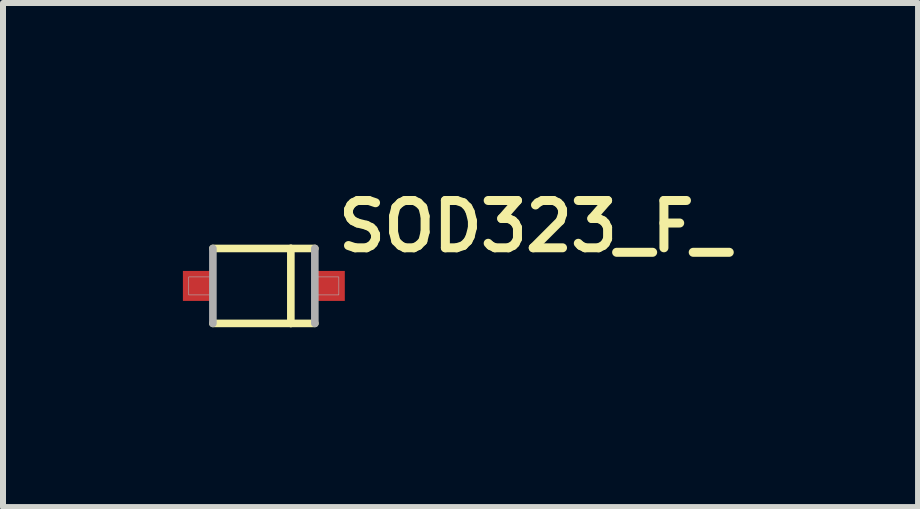
<source format=kicad_pcb>
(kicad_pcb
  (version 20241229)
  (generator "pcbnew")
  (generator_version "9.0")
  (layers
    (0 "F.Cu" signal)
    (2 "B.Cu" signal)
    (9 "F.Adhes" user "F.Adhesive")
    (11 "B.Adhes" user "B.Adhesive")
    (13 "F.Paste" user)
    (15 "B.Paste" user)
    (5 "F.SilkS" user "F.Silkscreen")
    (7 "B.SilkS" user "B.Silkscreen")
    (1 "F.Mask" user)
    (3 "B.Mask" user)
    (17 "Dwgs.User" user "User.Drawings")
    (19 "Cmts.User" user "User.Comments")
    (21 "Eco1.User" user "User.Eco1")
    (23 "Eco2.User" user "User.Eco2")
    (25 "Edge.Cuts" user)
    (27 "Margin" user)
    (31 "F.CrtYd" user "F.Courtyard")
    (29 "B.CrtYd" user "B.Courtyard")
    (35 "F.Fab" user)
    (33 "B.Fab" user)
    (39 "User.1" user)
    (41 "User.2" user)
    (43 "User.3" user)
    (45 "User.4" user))
  (footprint "SOD323_F_"
    (layer "F.Cu")
    (at 1.35 1.718)
    (property "Reference" "SOD323_F_" (at 4.511 -0.993 0) (layer "F.SilkS") (effects (font (size 0.789 0.789) (thickness 0.15))))
    (attr smd)
    (fp_line (start -0.85 -0.625) (end 0.45 -0.625) (stroke (width 0.127) (type solid)) (layer "F.SilkS"))
    (fp_line (start 0.45 -0.625) (end 0.45 0.625) (stroke (width 0.127) (type solid)) (layer "F.SilkS"))
    (fp_line (start 0.45 -0.625) (end 0.85 -0.625) (stroke (width 0.127) (type solid)) (layer "F.SilkS"))
    (fp_line (start 0.45 0.625) (end -0.85 0.625) (stroke (width 0.127) (type solid)) (layer "F.SilkS"))
    (fp_line (start 0.85 0.625) (end 0.45 0.625) (stroke (width 0.127) (type solid)) (layer "F.SilkS"))
    (fp_line (start -0.85 0.625) (end -0.85 -0.625) (stroke (width 0.127) (type solid)) (layer "F.Fab"))
    (fp_line (start 0.85 -0.625) (end 0.85 0.625) (stroke (width 0.127) (type solid)) (layer "F.Fab"))
    (fp_poly (pts (xy -1.253 -0.15) (xy -0.85 -0.15) (xy -0.85 0.15) (xy -1.253 0.15)) (stroke (width 0.01) (type solid)) (fill no) (layer "F.Fab"))
    (fp_poly (pts (xy 0.851 -0.15) (xy 1.25 -0.15) (xy 1.25 0.15) (xy 0.851 0.15)) (stroke (width 0.01) (type solid)) (fill no) (layer "F.Fab"))
    (pad "1" smd rect (at 1.1 0) (size 0.5 0.5) (layers "F.Cu" "F.Mask" "F.Paste"))
    (pad "2" smd rect (at -1.1 0) (size 0.5 0.5) (layers "F.Cu" "F.Mask" "F.Paste")))
  (gr_rect
    (start -3 -3)
    (end 12.259 5.406)
    (stroke (width 0.1) (type default))
    (fill no)
    (layer "Edge.Cuts")))
</source>
